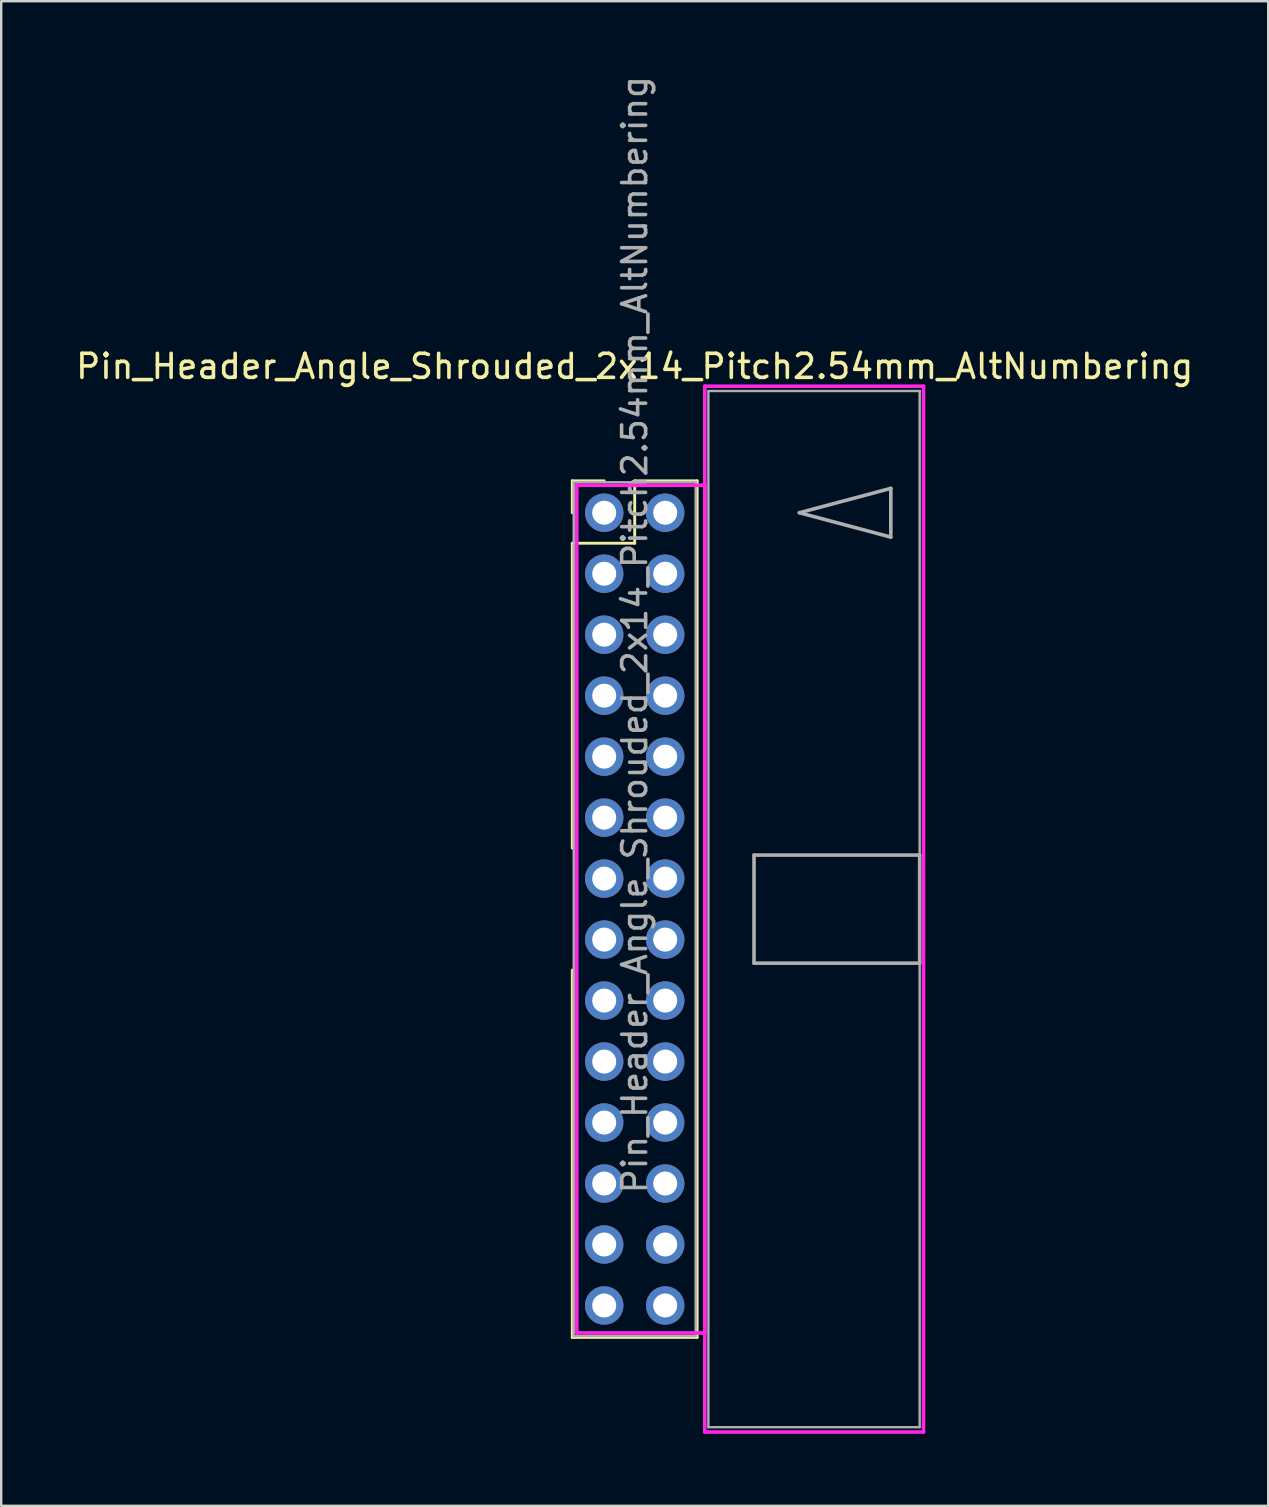
<source format=kicad_pcb>
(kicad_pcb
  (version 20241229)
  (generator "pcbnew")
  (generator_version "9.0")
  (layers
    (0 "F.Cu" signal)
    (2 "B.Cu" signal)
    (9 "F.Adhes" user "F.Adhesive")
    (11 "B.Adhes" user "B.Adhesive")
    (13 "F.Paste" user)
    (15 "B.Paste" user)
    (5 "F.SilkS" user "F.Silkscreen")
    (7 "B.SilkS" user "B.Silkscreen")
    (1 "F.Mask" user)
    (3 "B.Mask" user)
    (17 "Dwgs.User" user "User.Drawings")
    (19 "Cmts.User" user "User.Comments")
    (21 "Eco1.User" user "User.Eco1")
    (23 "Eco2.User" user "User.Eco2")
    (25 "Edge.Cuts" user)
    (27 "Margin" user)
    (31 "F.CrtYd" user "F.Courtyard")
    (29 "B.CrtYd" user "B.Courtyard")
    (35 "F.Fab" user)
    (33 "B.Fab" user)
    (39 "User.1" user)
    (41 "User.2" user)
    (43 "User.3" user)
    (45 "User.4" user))
  (footprint "Pin_Header_Angle_Shrouded_2x14_Pitch2.54mm_AltNumbering"
    (layer "F.Cu")
    (at 22.117 18.307)
    (property "Reference" "Pin_Header_Angle_Shrouded_2x14_Pitch2.54mm_AltNumbering" (at 1.27 -6.096 0) (layer "F.SilkS") (effects (font (size 1 1) (thickness 0.15))))
    (attr through_hole)
    (fp_line (start -1.33 -1.33) (end 0 -1.33) (stroke (width 0.12) (type solid)) (layer "F.SilkS"))
    (fp_line (start -1.33 0) (end -1.33 -1.33) (stroke (width 0.12) (type solid)) (layer "F.SilkS"))
    (fp_line (start -1.33 1.27) (end -1.33 13.97) (stroke (width 0.12) (type solid)) (layer "F.SilkS"))
    (fp_line (start -1.33 1.27) (end 1.27 1.27) (stroke (width 0.12) (type solid)) (layer "F.SilkS"))
    (fp_line (start -1.33 19.05) (end -1.33 34.35) (stroke (width 0.12) (type solid)) (layer "F.SilkS"))
    (fp_line (start -1.33 34.35) (end 3.87 34.35) (stroke (width 0.12) (type solid)) (layer "F.SilkS"))
    (fp_line (start 1.27 -1.33) (end 3.87 -1.33) (stroke (width 0.12) (type solid)) (layer "F.SilkS"))
    (fp_line (start 1.27 1.27) (end 1.27 -1.33) (stroke (width 0.12) (type solid)) (layer "F.SilkS"))
    (fp_line (start 3.87 -1.33) (end 3.87 34.35) (stroke (width 0.12) (type solid)) (layer "F.SilkS"))
    (fp_line (start -1.143 -1.143) (end -1.143 34.163) (stroke (width 0.15) (type solid)) (layer "F.CrtYd"))
    (fp_line (start -1.143 34.163) (end 4.19 34.163) (stroke (width 0.15) (type solid)) (layer "F.CrtYd"))
    (fp_line (start 4.19 -5.27) (end 4.19 38.29) (stroke (width 0.15) (type solid)) (layer "F.CrtYd"))
    (fp_line (start 4.19 -1.143) (end -1.143 -1.143) (stroke (width 0.15) (type solid)) (layer "F.CrtYd"))
    (fp_line (start 4.19 34.163) (end 4.19 -1.143) (stroke (width 0.15) (type solid)) (layer "F.CrtYd"))
    (fp_line (start 4.19 38.29) (end 13.3 38.29) (stroke (width 0.15) (type solid)) (layer "F.CrtYd"))
    (fp_line (start 13.3 -5.27) (end 4.19 -5.27) (stroke (width 0.15) (type solid)) (layer "F.CrtYd"))
    (fp_line (start 13.3 38.29) (end 13.3 -5.27) (stroke (width 0.15) (type solid)) (layer "F.CrtYd"))
    (fp_line (start -1.27 -1.27) (end -1.27 34.29) (stroke (width 0.1) (type solid)) (layer "F.Fab"))
    (fp_line (start -1.27 34.29) (end 3.81 34.29) (stroke (width 0.1) (type solid)) (layer "F.Fab"))
    (fp_line (start 3.81 -1.27) (end -1.27 -1.27) (stroke (width 0.1) (type solid)) (layer "F.Fab"))
    (fp_line (start 3.81 34.29) (end 3.81 -1.27) (stroke (width 0.1) (type solid)) (layer "F.Fab"))
    (fp_line (start 4.34 -5.07) (end 4.34 38.09) (stroke (width 0.1) (type solid)) (layer "F.Fab"))
    (fp_line (start 4.34 38.09) (end 13.14 38.09) (stroke (width 0.1) (type solid)) (layer "F.Fab"))
    (fp_line (start 6.24 14.26) (end 6.24 18.76) (stroke (width 0.15) (type solid)) (layer "F.Fab"))
    (fp_line (start 6.24 18.76) (end 13.14 18.76) (stroke (width 0.15) (type solid)) (layer "F.Fab"))
    (fp_line (start 8.128 0) (end 11.938 -1.016) (stroke (width 0.15) (type solid)) (layer "F.Fab"))
    (fp_line (start 11.938 -1.016) (end 11.938 1.016) (stroke (width 0.15) (type solid)) (layer "F.Fab"))
    (fp_line (start 11.938 1.016) (end 8.128 0) (stroke (width 0.15) (type solid)) (layer "F.Fab"))
    (fp_line (start 13.14 -5.07) (end 4.34 -5.07) (stroke (width 0.1) (type solid)) (layer "F.Fab"))
    (fp_line (start 13.14 14.26) (end 6.24 14.26) (stroke (width 0.15) (type solid)) (layer "F.Fab"))
    (fp_line (start 13.14 18.76) (end 13.14 14.26) (stroke (width 0.15) (type solid)) (layer "F.Fab"))
    (fp_line (start 13.14 38.09) (end 13.14 -5.07) (stroke (width 0.1) (type solid)) (layer "F.Fab"))
    (fp_text user "${REFERENCE}" (at 1.27 5.08 90) (layer "F.Fab") (effects (font (size 1 1) (thickness 0.15))))
    (pad "1" thru_hole oval (at 0 0) (size 1.6 1.6) (drill 1) (layers "*.Cu" "*.Mask"))
    (pad "2" thru_hole oval (at 0 2.54) (size 1.6 1.6) (drill 1) (layers "*.Cu" "*.Mask"))
    (pad "3" thru_hole oval (at 0 5.08) (size 1.6 1.6) (drill 1) (layers "*.Cu" "*.Mask"))
    (pad "4" thru_hole oval (at 0 7.62) (size 1.6 1.6) (drill 1) (layers "*.Cu" "*.Mask"))
    (pad "5" thru_hole oval (at 0 10.16) (size 1.6 1.6) (drill 1) (layers "*.Cu" "*.Mask"))
    (pad "6" thru_hole oval (at 0 12.7) (size 1.6 1.6) (drill 1) (layers "*.Cu" "*.Mask"))
    (pad "7" thru_hole oval (at 0 15.24) (size 1.6 1.6) (drill 1) (layers "*.Cu" "*.Mask"))
    (pad "8" thru_hole oval (at 0 17.78) (size 1.6 1.6) (drill 1) (layers "*.Cu" "*.Mask"))
    (pad "9" thru_hole oval (at 0 20.32) (size 1.6 1.6) (drill 1) (layers "*.Cu" "*.Mask"))
    (pad "10" thru_hole oval (at 0 22.86) (size 1.6 1.6) (drill 1) (layers "*.Cu" "*.Mask"))
    (pad "11" thru_hole oval (at 0 25.4) (size 1.6 1.6) (drill 1) (layers "*.Cu" "*.Mask"))
    (pad "12" thru_hole oval (at 0 27.94) (size 1.6 1.6) (drill 1) (layers "*.Cu" "*.Mask"))
    (pad "13" thru_hole oval (at 0 30.48) (size 1.6 1.6) (drill 1) (layers "*.Cu" "*.Mask"))
    (pad "14" thru_hole oval (at 0 33.02) (size 1.6 1.6) (drill 1) (layers "*.Cu" "*.Mask"))
    (pad "15" thru_hole oval (at 2.54 0) (size 1.6 1.6) (drill 1) (layers "*.Cu" "*.Mask"))
    (pad "16" thru_hole oval (at 2.54 2.54) (size 1.6 1.6) (drill 1) (layers "*.Cu" "*.Mask"))
    (pad "17" thru_hole oval (at 2.54 5.08) (size 1.6 1.6) (drill 1) (layers "*.Cu" "*.Mask"))
    (pad "18" thru_hole oval (at 2.54 7.62) (size 1.6 1.6) (drill 1) (layers "*.Cu" "*.Mask"))
    (pad "19" thru_hole oval (at 2.54 10.16) (size 1.6 1.6) (drill 1) (layers "*.Cu" "*.Mask"))
    (pad "20" thru_hole oval (at 2.54 12.7) (size 1.6 1.6) (drill 1) (layers "*.Cu" "*.Mask"))
    (pad "21" thru_hole oval (at 2.54 15.24) (size 1.6 1.6) (drill 1) (layers "*.Cu" "*.Mask"))
    (pad "22" thru_hole oval (at 2.54 17.78) (size 1.6 1.6) (drill 1) (layers "*.Cu" "*.Mask"))
    (pad "23" thru_hole oval (at 2.54 20.32) (size 1.6 1.6) (drill 1) (layers "*.Cu" "*.Mask"))
    (pad "24" thru_hole oval (at 2.54 22.86) (size 1.6 1.6) (drill 1) (layers "*.Cu" "*.Mask"))
    (pad "25" thru_hole oval (at 2.54 25.4) (size 1.6 1.6) (drill 1) (layers "*.Cu" "*.Mask"))
    (pad "26" thru_hole oval (at 2.54 27.94) (size 1.6 1.6) (drill 1) (layers "*.Cu" "*.Mask"))
    (pad "27" thru_hole oval (at 2.54 30.48) (size 1.6 1.6) (drill 1) (layers "*.Cu" "*.Mask"))
    (pad "28" thru_hole oval (at 2.54 33.02) (size 1.6 1.6) (drill 1) (layers "*.Cu" "*.Mask")))
  (gr_rect
    (start -3 -3)
    (end 49.774 59.672)
    (stroke (width 0.1) (type default))
    (fill no)
    (layer "Edge.Cuts")))
</source>
